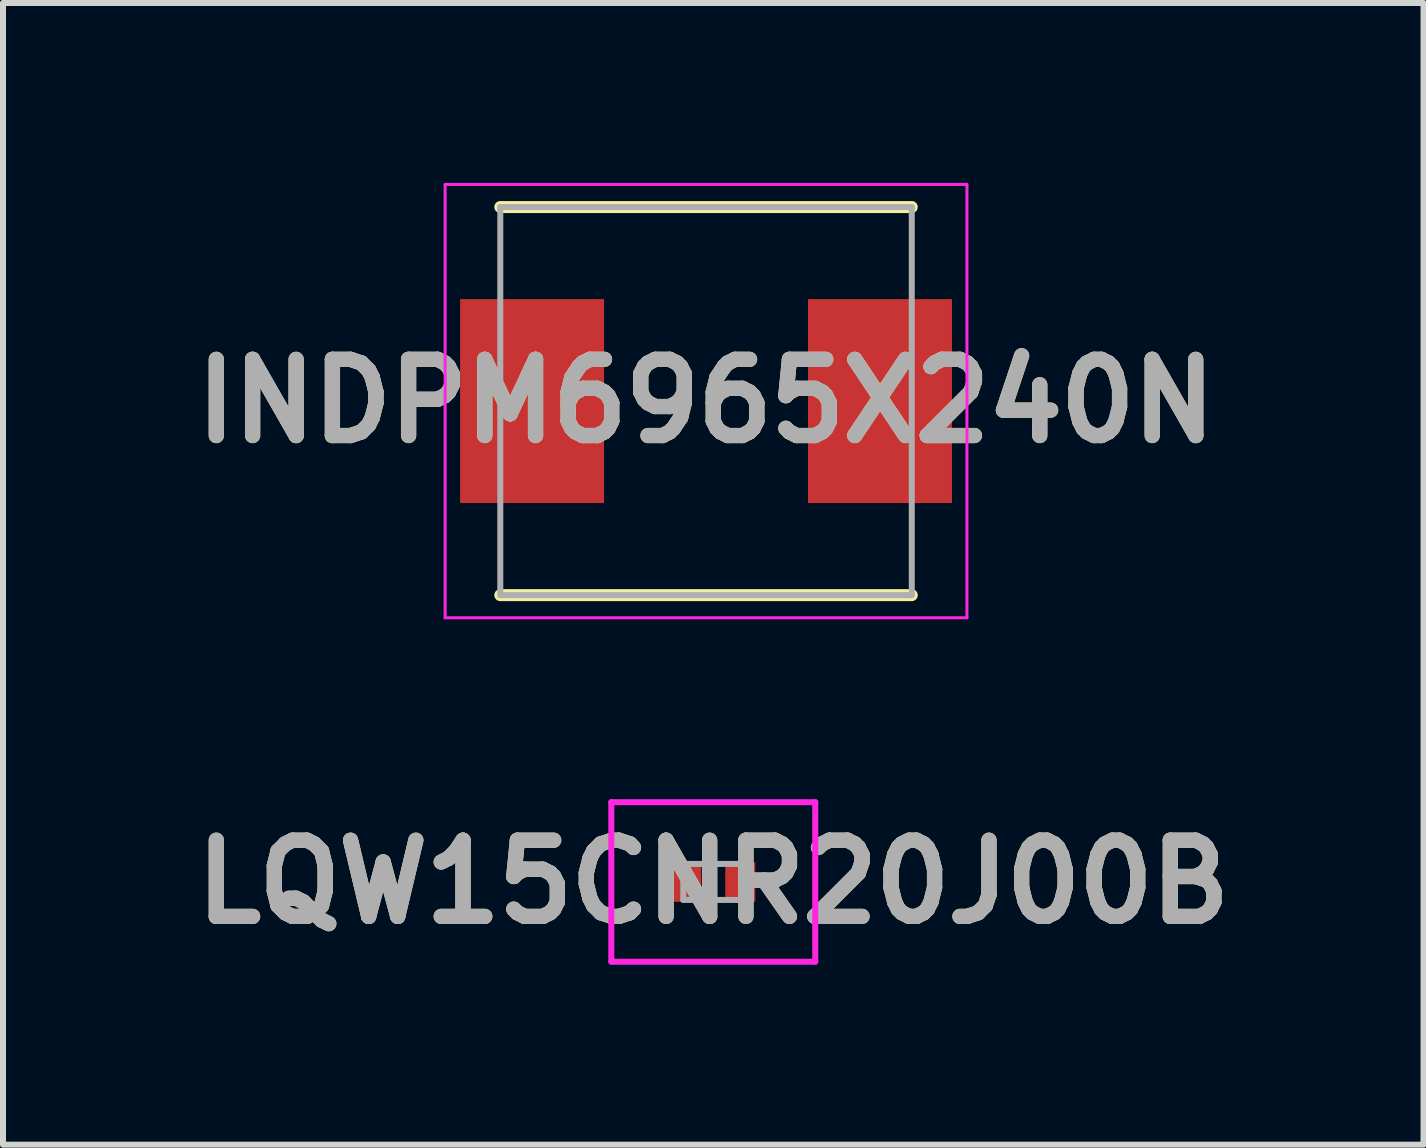
<source format=kicad_pcb>
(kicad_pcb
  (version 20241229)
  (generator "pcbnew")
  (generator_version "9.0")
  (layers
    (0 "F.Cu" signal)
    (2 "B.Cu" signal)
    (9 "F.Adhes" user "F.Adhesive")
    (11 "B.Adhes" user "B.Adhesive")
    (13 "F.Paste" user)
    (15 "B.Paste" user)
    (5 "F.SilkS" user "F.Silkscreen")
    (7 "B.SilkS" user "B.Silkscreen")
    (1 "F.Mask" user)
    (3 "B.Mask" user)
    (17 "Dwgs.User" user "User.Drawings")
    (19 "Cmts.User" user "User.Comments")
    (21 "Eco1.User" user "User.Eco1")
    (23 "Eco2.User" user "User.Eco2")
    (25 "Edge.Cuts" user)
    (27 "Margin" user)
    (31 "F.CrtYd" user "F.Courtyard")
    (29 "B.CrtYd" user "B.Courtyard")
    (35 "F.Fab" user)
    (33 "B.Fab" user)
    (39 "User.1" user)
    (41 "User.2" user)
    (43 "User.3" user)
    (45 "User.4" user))
  (footprint "LQW15CNR20J00B"
    (layer "F.Cu")
    (at 8.842 11.654)
    (property "Reference" "LQW15CNR20J00B" (at 0 0 0) (layer "F.SilkS") (effects (font (size 1.27 1.27) (thickness 0.254))))
    (attr smd)
    (fp_line (start 0 -0.3) (end 0 0.3) (stroke (width 0.1) (type solid)) (layer "F.SilkS"))
    (fp_line (start -1.7 -1.33) (end 1.7 -1.33) (stroke (width 0.1) (type solid)) (layer "F.CrtYd"))
    (fp_line (start -1.7 1.33) (end -1.7 -1.33) (stroke (width 0.1) (type solid)) (layer "F.CrtYd"))
    (fp_line (start 1.7 -1.33) (end 1.7 1.33) (stroke (width 0.1) (type solid)) (layer "F.CrtYd"))
    (fp_line (start 1.7 1.33) (end -1.7 1.33) (stroke (width 0.1) (type solid)) (layer "F.CrtYd"))
    (fp_line (start -0.5 -0.3) (end 0.5 -0.3) (stroke (width 0.1) (type solid)) (layer "F.Fab"))
    (fp_line (start -0.5 0.3) (end -0.5 -0.3) (stroke (width 0.1) (type solid)) (layer "F.Fab"))
    (fp_line (start 0.5 -0.3) (end 0.5 0.3) (stroke (width 0.1) (type solid)) (layer "F.Fab"))
    (fp_line (start 0.5 0.3) (end -0.5 0.3) (stroke (width 0.1) (type solid)) (layer "F.Fab"))
    (fp_text user "${REFERENCE}" (at 0 0 0) (layer "F.Fab") (effects (font (size 1.27 1.27) (thickness 0.254))))
    (pad "1" smd rect (at -0.45 0) (size 0.5 0.66) (layers "F.Cu" "F.Mask" "F.Paste"))
    (pad "2" smd rect (at 0.45 0) (size 0.5 0.66) (layers "F.Cu" "F.Mask" "F.Paste")))
  (footprint "INDPM6965X240N"
    (layer "F.Cu")
    (at 8.721 3.637)
    (property "Reference" "INDPM6965X240N" (at 0 0 0) (layer "F.SilkS") (effects (font (size 1.27 1.27) (thickness 0.254))))
    (attr smd)
    (fp_line (start -3.43 3.235) (end 3.43 3.235) (stroke (width 0.2) (type solid)) (layer "F.SilkS"))
    (fp_line (start 3.43 -3.235) (end -3.43 -3.235) (stroke (width 0.2) (type solid)) (layer "F.SilkS"))
    (fp_line (start -4.35 -3.612) (end 4.35 -3.612) (stroke (width 0.05) (type solid)) (layer "F.CrtYd"))
    (fp_line (start -4.35 3.612) (end -4.35 -3.612) (stroke (width 0.05) (type solid)) (layer "F.CrtYd"))
    (fp_line (start 4.35 -3.612) (end 4.35 3.612) (stroke (width 0.05) (type solid)) (layer "F.CrtYd"))
    (fp_line (start 4.35 3.612) (end -4.35 3.612) (stroke (width 0.05) (type solid)) (layer "F.CrtYd"))
    (fp_line (start -3.43 -3.235) (end 3.43 -3.235) (stroke (width 0.1) (type solid)) (layer "F.Fab"))
    (fp_line (start -3.43 3.235) (end -3.43 -3.235) (stroke (width 0.1) (type solid)) (layer "F.Fab"))
    (fp_line (start 3.43 -3.235) (end 3.43 3.235) (stroke (width 0.1) (type solid)) (layer "F.Fab"))
    (fp_line (start 3.43 3.235) (end -3.43 3.235) (stroke (width 0.1) (type solid)) (layer "F.Fab"))
    (fp_text user "${REFERENCE}" (at 0 0 0) (layer "F.Fab") (effects (font (size 1.27 1.27) (thickness 0.254))))
    (pad "1" smd rect (at -2.9 0) (size 2.4 3.4) (layers "F.Cu" "F.Mask" "F.Paste"))
    (pad "2" smd rect (at 2.9 0) (size 2.4 3.4) (layers "F.Cu" "F.Mask" "F.Paste")))
  (gr_rect
    (start -3 -3)
    (end 20.683 16.034)
    (stroke (width 0.1) (type default))
    (fill no)
    (layer "Edge.Cuts")))
</source>
